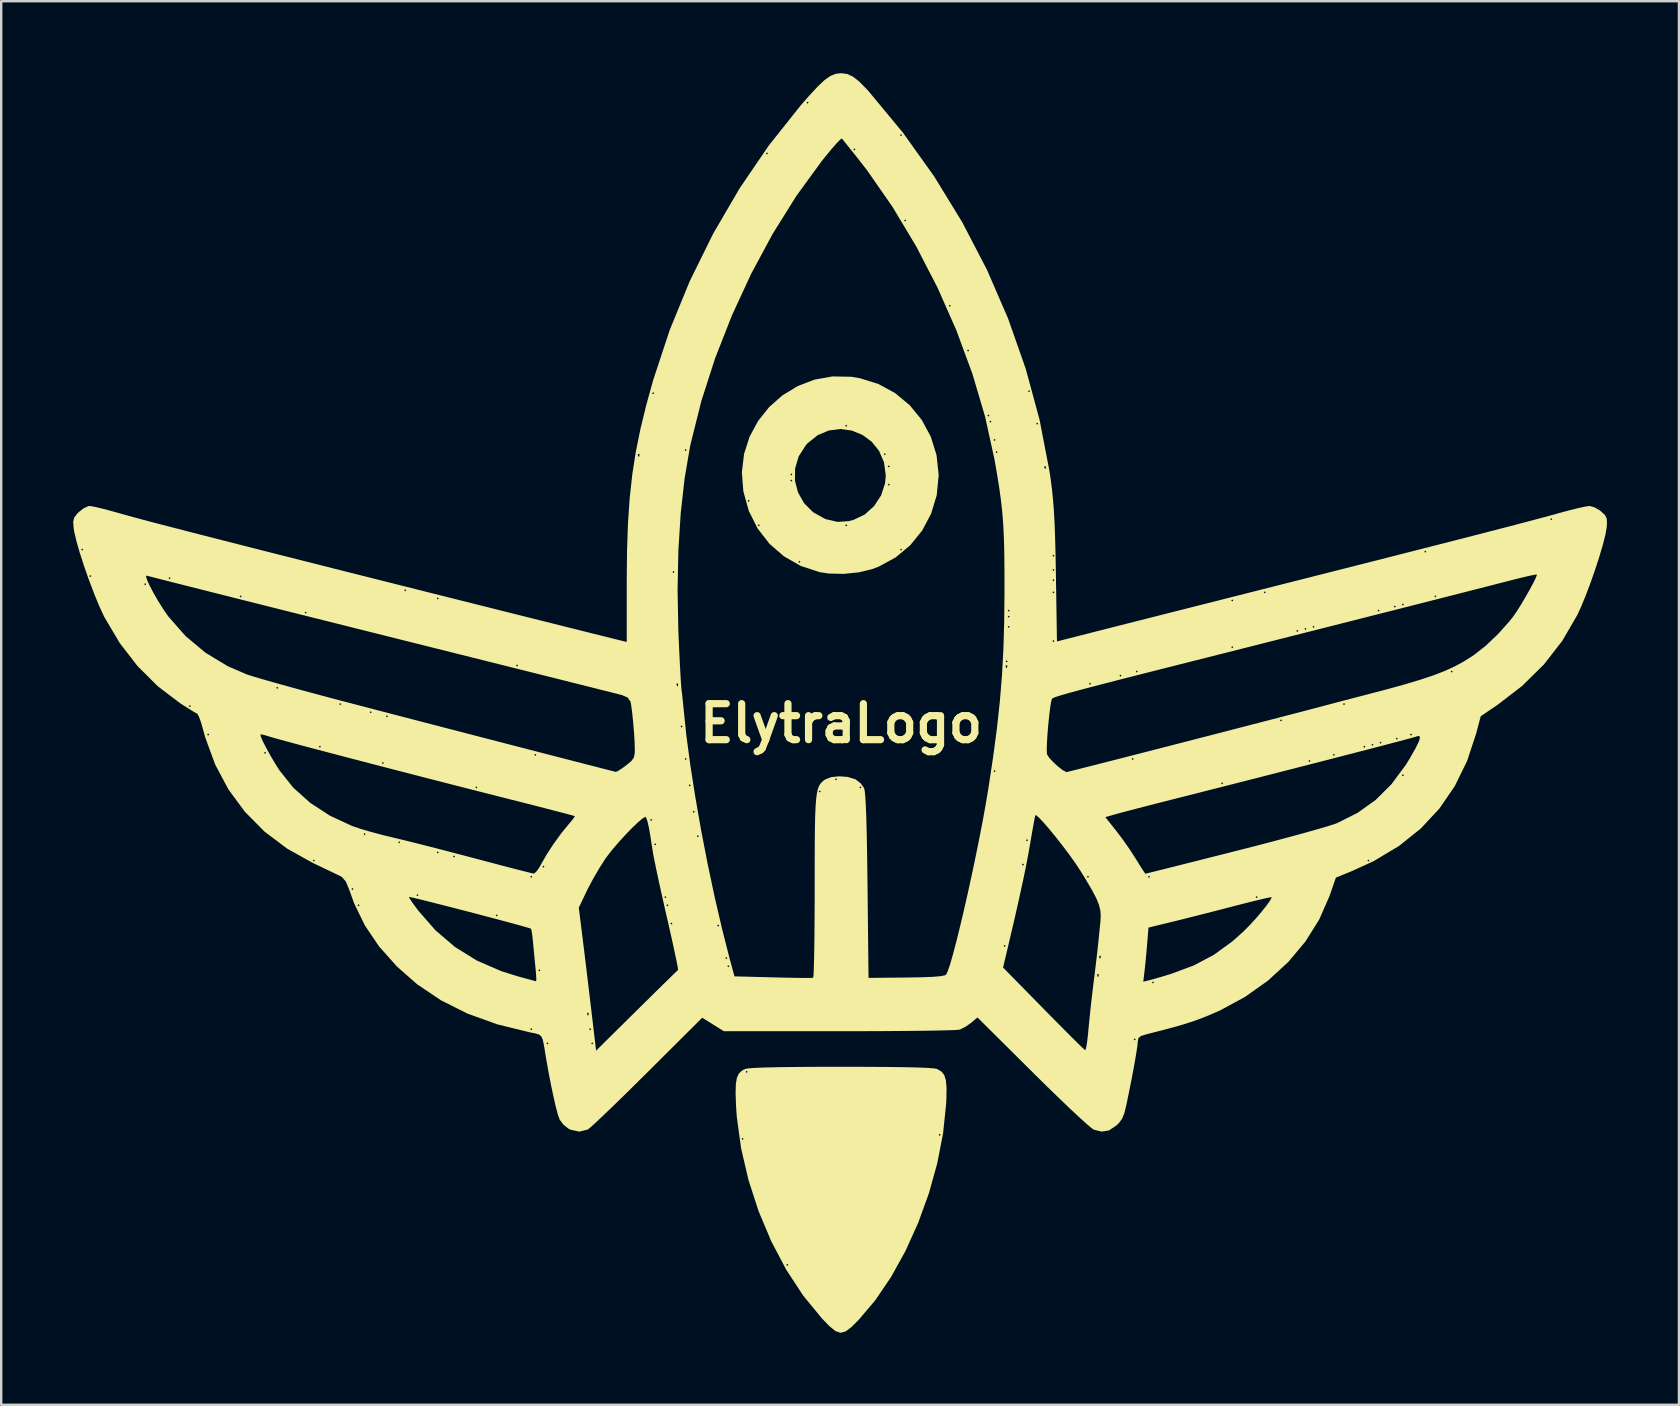
<source format=kicad_pcb>
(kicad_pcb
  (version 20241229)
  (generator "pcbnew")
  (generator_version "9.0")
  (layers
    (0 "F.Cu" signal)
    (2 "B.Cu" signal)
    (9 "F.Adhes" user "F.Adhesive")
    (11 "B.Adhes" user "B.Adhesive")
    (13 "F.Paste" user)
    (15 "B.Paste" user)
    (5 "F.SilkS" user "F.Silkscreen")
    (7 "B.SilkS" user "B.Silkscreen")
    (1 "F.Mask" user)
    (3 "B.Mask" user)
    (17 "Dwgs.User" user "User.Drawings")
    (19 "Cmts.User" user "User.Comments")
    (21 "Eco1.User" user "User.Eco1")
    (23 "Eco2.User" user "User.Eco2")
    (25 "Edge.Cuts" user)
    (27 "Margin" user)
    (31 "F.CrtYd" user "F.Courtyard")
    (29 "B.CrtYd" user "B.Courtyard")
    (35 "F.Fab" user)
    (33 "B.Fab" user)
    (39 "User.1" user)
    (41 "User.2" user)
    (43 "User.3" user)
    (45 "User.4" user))
  (footprint "ElytraLogo"
    (layer "F.Cu")
    (at 31.997 27.092)
    (property "Reference" "ElytraLogo" (at 0 0 0) (layer "F.SilkS") (effects (font (size 1.5 1.5) (thickness 0.3))))
    (attr board_only exclude_from_pos_files exclude_from_bom)
    (fp_poly (pts (xy 1.048 14.311) (xy 1.931 14.316) (xy 2.653 14.326) (xy 3.218 14.339) (xy 3.631 14.357) (xy 3.894 14.379) (xy 4.008 14.403) (xy 4.182 14.508) (xy 4.299 14.655) (xy 4.367 14.875) (xy 4.394 15.194) (xy 4.387 15.642) (xy 4.377 15.852) (xy 4.25 17.078) (xy 4.006 18.331) (xy 3.657 19.584) (xy 3.213 20.808) (xy 2.686 21.976) (xy 2.086 23.061) (xy 1.426 24.035) (xy 0.742 24.842) (xy 0.432 25.152) (xy 0.189 25.336) (xy -0.021 25.393) (xy -0.233 25.322) (xy -0.482 25.122) (xy -0.802 24.791) (xy -0.806 24.786) (xy -1.583 23.839) (xy -2.288 22.761) (xy -2.391 22.564) (xy -2.286 22.564) (xy -2.244 22.606) (xy -2.201 22.564) (xy -2.244 22.521) (xy -2.286 22.564) (xy -2.391 22.564) (xy -2.91 21.58) (xy -3.438 20.324) (xy -3.861 19.021) (xy -4.168 17.699) (xy -4.22 17.314) (xy -4.149 17.314) (xy -4.106 17.357) (xy -4.064 17.314) (xy -4.106 17.272) (xy -4.149 17.314) (xy -4.22 17.314) (xy -4.244 17.145) (xy 4.064 17.145) (xy 4.106 17.187) (xy 4.149 17.145) (xy 4.106 17.103) (xy 4.064 17.145) (xy -4.244 17.145) (xy -4.347 16.385) (xy -4.378 15.936) (xy -4.396 15.416) (xy -4.386 15.037) (xy -4.343 14.771) (xy -4.259 14.59) (xy -4.185 14.52) (xy -3.979 14.52) (xy -3.937 14.563) (xy -3.895 14.52) (xy -3.937 14.478) (xy -3.979 14.52) (xy -4.185 14.52) (xy -4.128 14.467) (xy -4.008 14.403) (xy -3.876 14.377) (xy -3.599 14.355) (xy -3.172 14.338) (xy -2.593 14.325) (xy -1.856 14.316) (xy -0.958 14.31) (xy 0 14.309)) (stroke (width 0) (type solid)) (fill yes) (layer "F.SilkS"))
    (fp_poly (pts (xy 0.42 -14.443) (xy 0.779 -14.384) (xy 1.56 -14.139) (xy 2.26 -13.756) (xy 2.865 -13.251) (xy 3.363 -12.642) (xy 3.737 -11.947) (xy 3.976 -11.182) (xy 4.064 -10.365) (xy 4.064 -10.323) (xy 3.984 -9.506) (xy 3.751 -8.738) (xy 3.38 -8.039) (xy 2.883 -7.425) (xy 2.274 -6.916) (xy 1.566 -6.531) (xy 1.311 -6.434) (xy 0.742 -6.294) (xy 0.107 -6.229) (xy -0.516 -6.244) (xy -0.897 -6.302) (xy -1.683 -6.562) (xy -1.979 -6.731) (xy -1.778 -6.731) (xy -1.736 -6.689) (xy -1.693 -6.731) (xy -1.736 -6.773) (xy -1.778 -6.731) (xy -1.979 -6.731) (xy -2.384 -6.962) (xy -2.703 -7.239) (xy 2.455 -7.239) (xy 2.498 -7.197) (xy 2.54 -7.239) (xy 2.498 -7.281) (xy 2.455 -7.239) (xy -2.703 -7.239) (xy -2.988 -7.486) (xy -3.479 -8.121) (xy -3.546 -8.255) (xy -3.471 -8.255) (xy -3.429 -8.213) (xy -3.387 -8.255) (xy 0.169 -8.255) (xy 0.212 -8.213) (xy 0.254 -8.255) (xy 0.212 -8.297) (xy 0.169 -8.255) (xy -3.387 -8.255) (xy -3.429 -8.297) (xy -3.471 -8.255) (xy -3.546 -8.255) (xy -3.845 -8.851) (xy -3.962 -9.271) (xy -3.895 -9.271) (xy -3.852 -9.229) (xy -3.81 -9.271) (xy -3.852 -9.313) (xy -3.895 -9.271) (xy -3.962 -9.271) (xy -4.072 -9.662) (xy -4.073 -9.668) (xy -4.108 -10.118) (xy -2.117 -10.118) (xy -2.074 -10.075) (xy -2.037 -10.112) (xy -1.923 -10.112) (xy -1.795 -9.621) (xy -1.541 -9.174) (xy -1.168 -8.801) (xy -0.683 -8.529) (xy -0.614 -8.503) (xy -0.152 -8.396) (xy 0.304 -8.425) (xy 0.52 -8.48) (xy 0.986 -8.704) (xy 1.377 -9.055) (xy 1.667 -9.501) (xy 1.813 -9.948) (xy 1.947 -9.948) (xy 1.99 -9.906) (xy 2.032 -9.948) (xy 1.99 -9.991) (xy 1.947 -9.948) (xy 1.813 -9.948) (xy 1.832 -10.006) (xy 1.861 -10.335) (xy 1.81 -10.71) (xy 1.947 -10.71) (xy 1.99 -10.668) (xy 2.032 -10.71) (xy 1.99 -10.753) (xy 1.947 -10.71) (xy 1.81 -10.71) (xy 1.786 -10.883) (xy 1.641 -11.218) (xy 1.778 -11.218) (xy 1.82 -11.176) (xy 1.863 -11.218) (xy 1.82 -11.261) (xy 1.778 -11.218) (xy 1.641 -11.218) (xy 1.583 -11.353) (xy 1.276 -11.736) (xy 0.889 -12.021) (xy 0.446 -12.201) (xy -0.027 -12.266) (xy -0.508 -12.206) (xy -0.971 -12.013) (xy -1.392 -11.677) (xy -1.47 -11.59) (xy -1.768 -11.124) (xy -1.916 -10.623) (xy -1.923 -10.112) (xy -2.037 -10.112) (xy -2.032 -10.118) (xy -2.074 -10.16) (xy -2.117 -10.118) (xy -4.108 -10.118) (xy -4.128 -10.372) (xy -2.117 -10.372) (xy -2.074 -10.329) (xy -2.032 -10.372) (xy -2.074 -10.414) (xy -2.117 -10.372) (xy -4.128 -10.372) (xy -4.135 -10.463) (xy -4.044 -11.226) (xy -3.814 -11.943) (xy -3.566 -12.404) (xy 0.169 -12.404) (xy 0.212 -12.361) (xy 0.254 -12.404) (xy 0.212 -12.446) (xy 0.169 -12.404) (xy -3.566 -12.404) (xy -3.461 -12.598) (xy -2.999 -13.179) (xy -2.443 -13.669) (xy -1.808 -14.055) (xy -1.11 -14.323) (xy -0.362 -14.457)) (stroke (width 0) (type solid)) (fill yes) (layer "F.SilkS"))
    (fp_poly (pts (xy 0.249 -27.06) (xy 0.49 -26.951) (xy 0.755 -26.745) (xy 1.073 -26.421) (xy 1.154 -26.331) (xy 2.581 -24.608) (xy 3.881 -22.787) (xy 5.048 -20.881) (xy 6.077 -18.903) (xy 6.96 -16.864) (xy 7.692 -14.778) (xy 8.269 -12.656) (xy 8.682 -10.512) (xy 8.73 -10.191) (xy 8.786 -9.76) (xy 8.831 -9.32) (xy 8.868 -8.843) (xy 8.897 -8.301) (xy 8.919 -7.668) (xy 8.938 -6.916) (xy 8.951 -6.173) (xy 8.994 -3.414) (xy 10.445 -3.784) (xy 10.714 -3.852) (xy 18.965 -3.852) (xy 19.008 -3.81) (xy 19.05 -3.852) (xy 19.008 -3.895) (xy 18.965 -3.852) (xy 10.714 -3.852) (xy 10.817 -3.878) (xy 11.047 -3.937) (xy 19.304 -3.937) (xy 19.346 -3.895) (xy 19.389 -3.937) (xy 19.346 -3.979) (xy 19.304 -3.937) (xy 11.047 -3.937) (xy 11.331 -4.009) (xy 11.381 -4.022) (xy 19.643 -4.022) (xy 19.685 -3.979) (xy 19.727 -4.022) (xy 19.685 -4.064) (xy 19.643 -4.022) (xy 11.381 -4.022) (xy 11.963 -4.17) (xy 12.693 -4.355) (xy 13.496 -4.558) (xy 14.052 -4.699) (xy 22.352 -4.699) (xy 22.394 -4.657) (xy 22.437 -4.699) (xy 22.394 -4.741) (xy 22.352 -4.699) (xy 14.052 -4.699) (xy 14.351 -4.775) (xy 14.72 -4.868) (xy 23.029 -4.868) (xy 23.072 -4.826) (xy 23.114 -4.868) (xy 23.072 -4.911) (xy 23.029 -4.868) (xy 14.72 -4.868) (xy 15.054 -4.953) (xy 23.368 -4.953) (xy 23.41 -4.911) (xy 23.453 -4.953) (xy 23.41 -4.995) (xy 23.368 -4.953) (xy 15.054 -4.953) (xy 15.234 -4.998) (xy 15.723 -5.122) (xy 16.256 -5.122) (xy 16.298 -5.08) (xy 16.341 -5.122) (xy 16.298 -5.165) (xy 16.256 -5.122) (xy 15.723 -5.122) (xy 16.124 -5.224) (xy 16.256 -5.257) (xy 16.392 -5.292) (xy 24.723 -5.292) (xy 24.765 -5.249) (xy 24.807 -5.292) (xy 24.765 -5.334) (xy 24.723 -5.292) (xy 16.392 -5.292) (xy 17.061 -5.461) (xy 17.611 -5.461) (xy 17.653 -5.419) (xy 17.695 -5.461) (xy 17.653 -5.503) (xy 17.611 -5.461) (xy 17.061 -5.461) (xy 18 -5.699) (xy 19.589 -6.101) (xy 21.03 -6.467) (xy 22.331 -6.797) (xy 23.501 -7.095) (xy 23.735 -7.154) (xy 24.299 -7.154) (xy 24.342 -7.112) (xy 24.384 -7.154) (xy 24.342 -7.197) (xy 24.299 -7.154) (xy 23.735 -7.154) (xy 24.549 -7.362) (xy 25.482 -7.6) (xy 26.308 -7.812) (xy 27.037 -8) (xy 27.676 -8.165) (xy 28.234 -8.311) (xy 28.718 -8.438) (xy 28.984 -8.509) (xy 29.549 -8.509) (xy 29.591 -8.467) (xy 29.633 -8.509) (xy 29.591 -8.551) (xy 29.549 -8.509) (xy 28.984 -8.509) (xy 29.138 -8.55) (xy 29.501 -8.648) (xy 29.816 -8.735) (xy 29.945 -8.771) (xy 30.357 -8.882) (xy 30.727 -8.973) (xy 31.016 -9.035) (xy 31.183 -9.059) (xy 31.187 -9.059) (xy 31.386 -9.006) (xy 31.616 -8.873) (xy 31.668 -8.832) (xy 31.828 -8.682) (xy 31.901 -8.54) (xy 31.912 -8.339) (xy 31.901 -8.176) (xy 31.849 -7.873) (xy 31.743 -7.45) (xy 31.593 -6.943) (xy 31.413 -6.389) (xy 31.215 -5.824) (xy 31.009 -5.283) (xy 30.809 -4.803) (xy 30.679 -4.522) (xy 30.053 -3.444) (xy 29.285 -2.455) (xy 28.375 -1.558) (xy 27.353 -0.773) (xy 26.651 -0.296) (xy 26.462 0.423) (xy 26.082 1.572) (xy 25.571 2.614) (xy 24.929 3.55) (xy 24.154 4.381) (xy 23.246 5.108) (xy 22.204 5.733) (xy 21.316 6.141) (xy 20.616 6.428) (xy 20.352 7.19) (xy 19.924 8.169) (xy 19.346 9.092) (xy 18.63 9.945) (xy 17.789 10.717) (xy 16.835 11.394) (xy 15.783 11.965) (xy 15.198 12.216) (xy 14.877 12.339) (xy 14.567 12.447) (xy 14.233 12.552) (xy 13.838 12.665) (xy 13.349 12.795) (xy 12.73 12.952) (xy 12.721 12.955) (xy 12.492 13.027) (xy 12.387 13.117) (xy 12.361 13.262) (xy 12.361 13.262) (xy 12.344 13.447) (xy 12.295 13.771) (xy 12.22 14.206) (xy 12.123 14.727) (xy 12.009 15.306) (xy 11.888 15.892) (xy 11.803 16.24) (xy 11.707 16.475) (xy 11.575 16.655) (xy 11.465 16.759) (xy 11.161 16.961) (xy 10.856 17.01) (xy 10.531 16.929) (xy 10.42 16.851) (xy 10.204 16.666) (xy 9.898 16.389) (xy 9.517 16.032) (xy 9.075 15.61) (xy 8.587 15.136) (xy 8.068 14.624) (xy 7.99 14.547) (xy 5.682 12.253) (xy 5.417 12.477) (xy 5.186 12.64) (xy 4.959 12.753) (xy 4.925 12.764) (xy 4.8 12.775) (xy 4.522 12.786) (xy 4.107 12.796) (xy 3.57 12.806) (xy 2.928 12.813) (xy 2.197 12.819) (xy 1.393 12.824) (xy 0.531 12.826) (xy -0.092 12.827) (xy -4.883 12.827) (xy -5.335 12.546) (xy -5.787 12.265) (xy -8.079 14.548) (xy -8.599 15.063) (xy -9.086 15.542) (xy -9.528 15.971) (xy -9.91 16.338) (xy -10.217 16.627) (xy -10.435 16.826) (xy -10.55 16.92) (xy -10.557 16.924) (xy -10.904 17.01) (xy -11.272 16.931) (xy -11.365 16.885) (xy -11.572 16.718) (xy -11.73 16.504) (xy -11.795 16.323) (xy -11.88 16.007) (xy -11.978 15.584) (xy -12.083 15.087) (xy -12.189 14.545) (xy -12.287 13.989) (xy -12.318 13.801) (xy -12.379 13.425) (xy -12.398 13.335) (xy -12.277 13.335) (xy -12.234 13.377) (xy -12.192 13.335) (xy -10.414 13.335) (xy -10.372 13.377) (xy -10.329 13.335) (xy -10.372 13.293) (xy -10.414 13.335) (xy -12.192 13.335) (xy -12.234 13.293) (xy -12.277 13.335) (xy -12.398 13.335) (xy -12.43 13.182) (xy -12.494 13.039) (xy -12.596 12.96) (xy -12.76 12.914) (xy -12.974 12.872) (xy -13.502 12.742) (xy -12.954 12.742) (xy -12.912 12.785) (xy -12.869 12.742) (xy -10.499 12.742) (xy -10.456 12.785) (xy -10.414 12.742) (xy -10.456 12.7) (xy -10.499 12.742) (xy -12.869 12.742) (xy -12.912 12.7) (xy -12.954 12.742) (xy -13.502 12.742) (xy -14.33 12.539) (xy -15.528 12.107) (xy -10.583 12.107) (xy -10.552 12.177) (xy -10.527 12.164) (xy -10.517 12.063) (xy -10.527 12.051) (xy -10.577 12.063) (xy -10.583 12.107) (xy -15.528 12.107) (xy -15.56 12.096) (xy -16.671 11.54) (xy -17.668 10.869) (xy -18.51 10.128) (xy -19.252 9.294) (xy -19.841 8.424) (xy -20.252 7.578) (xy -20.151 7.578) (xy -20.108 7.62) (xy -20.066 7.578) (xy -20.108 7.535) (xy -20.151 7.578) (xy -20.252 7.578) (xy -20.293 7.492) (xy -20.387 7.23) (xy -18.011 7.23) (xy -17.975 7.304) (xy -17.858 7.477) (xy -17.682 7.718) (xy -17.623 7.797) (xy -16.898 8.627) (xy -16.085 9.32) (xy -15.173 9.885) (xy -14.149 10.328) (xy -13.476 10.539) (xy -13.148 10.629) (xy -12.888 10.699) (xy -12.734 10.74) (xy -12.709 10.746) (xy -12.7 10.673) (xy -12.709 10.475) (xy -12.725 10.287) (xy -12.615 10.287) (xy -12.573 10.329) (xy -12.531 10.287) (xy -12.573 10.245) (xy -12.615 10.287) (xy -12.725 10.287) (xy -12.732 10.213) (xy -12.772 9.808) (xy -12.814 9.363) (xy -12.835 9.135) (xy -12.865 8.85) (xy -12.897 8.64) (xy -12.921 8.556) (xy -13.01 8.525) (xy -13.238 8.459) (xy -13.58 8.364) (xy -14.013 8.247) (xy -14.512 8.114) (xy -14.942 8.001) (xy -14.393 8.001) (xy -14.351 8.043) (xy -14.309 8.001) (xy -14.351 7.959) (xy -14.393 8.001) (xy -14.942 8.001) (xy -15.052 7.972) (xy -15.611 7.826) (xy -16.164 7.683) (xy -16.187 7.677) (xy -10.93 7.677) (xy -10.762 9.024) (xy -10.694 9.578) (xy -10.614 10.238) (xy -10.529 10.938) (xy -10.448 11.618) (xy -10.402 12.004) (xy -10.209 13.637) (xy -8.516 11.962) (xy -8.076 11.528) (xy -7.677 11.135) (xy -7.334 10.798) (xy -7.062 10.533) (xy -6.877 10.353) (xy -6.794 10.276) (xy -6.792 10.274) (xy -6.801 10.191) (xy -6.815 10.118) (xy -4.741 10.118) (xy -4.699 10.16) (xy -4.657 10.118) (xy -4.699 10.075) (xy -4.741 10.118) (xy -6.815 10.118) (xy -6.844 9.968) (xy -6.883 9.779) (xy -4.826 9.779) (xy -4.784 9.821) (xy -4.741 9.779) (xy -4.784 9.737) (xy -4.826 9.779) (xy -6.883 9.779) (xy -6.915 9.626) (xy -7.009 9.19) (xy -7.122 8.683) (xy -7.181 8.424) (xy -5.165 8.424) (xy -5.122 8.467) (xy -5.08 8.424) (xy -5.122 8.382) (xy -5.165 8.424) (xy -7.181 8.424) (xy -7.184 8.411) (xy -7.2 8.34) (xy -7.112 8.34) (xy -7.07 8.382) (xy -7.027 8.34) (xy -7.07 8.297) (xy -7.112 8.34) (xy -7.2 8.34) (xy -7.365 7.617) (xy -7.374 7.578) (xy -7.281 7.578) (xy -7.239 7.62) (xy -7.197 7.578) (xy -7.239 7.535) (xy -7.281 7.578) (xy -7.374 7.578) (xy -7.449 7.239) (xy -7.366 7.239) (xy -7.324 7.281) (xy -7.281 7.239) (xy -7.324 7.197) (xy -7.366 7.239) (xy -7.449 7.239) (xy -7.512 6.962) (xy -7.63 6.419) (xy -7.726 5.965) (xy -7.805 5.572) (xy -7.827 5.461) (xy -7.846 5.344) (xy -7.884 5.103) (xy -7.894 5.038) (xy -7.789 5.038) (xy -7.747 5.08) (xy -7.705 5.038) (xy -7.747 4.995) (xy -7.789 5.038) (xy -7.894 5.038) (xy -7.934 4.781) (xy -7.947 4.699) (xy -6.011 4.699) (xy -5.969 4.741) (xy -5.927 4.699) (xy -5.969 4.657) (xy -6.011 4.699) (xy -7.947 4.699) (xy -7.957 4.636) (xy -8.016 4.306) (xy -8.077 4.052) (xy -8.089 4.022) (xy -7.959 4.022) (xy -7.916 4.064) (xy -7.874 4.022) (xy -7.916 3.979) (xy -7.959 4.022) (xy -8.089 4.022) (xy -8.131 3.911) (xy -8.15 3.895) (xy -8.266 3.956) (xy -8.463 4.121) (xy -8.717 4.364) (xy -9.001 4.658) (xy -9.289 4.976) (xy -9.557 5.291) (xy -9.778 5.577) (xy -9.82 5.636) (xy -10.068 6.022) (xy -10.332 6.475) (xy -10.56 6.906) (xy -10.589 6.966) (xy -10.93 7.677) (xy -16.187 7.677) (xy -16.686 7.549) (xy -17.153 7.431) (xy -17.542 7.334) (xy -17.828 7.266) (xy -17.987 7.232) (xy -18.011 7.23) (xy -20.387 7.23) (xy -20.414 7.154) (xy -17.695 7.154) (xy -17.653 7.197) (xy -17.611 7.154) (xy -17.653 7.112) (xy -17.695 7.154) (xy -20.414 7.154) (xy -20.49 6.943) (xy -20.507 6.9) (xy -20.405 6.9) (xy -20.362 6.943) (xy -20.32 6.9) (xy -20.362 6.858) (xy -20.405 6.9) (xy -20.507 6.9) (xy -20.635 6.592) (xy -20.803 6.398) (xy -20.812 6.392) (xy -12.954 6.392) (xy -12.912 6.435) (xy -12.869 6.392) (xy -12.912 6.35) (xy -12.954 6.392) (xy -20.812 6.392) (xy -20.838 6.377) (xy -20.99 6.303) (xy -21.258 6.175) (xy -21.606 6.009) (xy -21.995 5.823) (xy -22.024 5.809) (xy -22.193 5.715) (xy -22.013 5.715) (xy -21.971 5.757) (xy -21.929 5.715) (xy -21.971 5.673) (xy -22.013 5.715) (xy -22.193 5.715) (xy -22.497 5.546) (xy -16.171 5.546) (xy -16.129 5.588) (xy -16.087 5.546) (xy -16.129 5.503) (xy -16.171 5.546) (xy -22.497 5.546) (xy -22.8 5.376) (xy -16.849 5.376) (xy -16.806 5.419) (xy -16.764 5.376) (xy -16.806 5.334) (xy -16.849 5.376) (xy -22.8 5.376) (xy -23.086 5.217) (xy -23.436 4.953) (xy -18.457 4.953) (xy -18.415 4.995) (xy -18.373 4.953) (xy -18.415 4.911) (xy -18.457 4.953) (xy -23.436 4.953) (xy -23.885 4.614) (xy -19.897 4.614) (xy -19.854 4.657) (xy -19.812 4.614) (xy -19.854 4.572) (xy -19.897 4.614) (xy -23.885 4.614) (xy -24.026 4.508) (xy -24.84 3.686) (xy -25.525 2.757) (xy -26.077 1.724) (xy -26.26 1.228) (xy -24.045 1.228) (xy -24.003 1.27) (xy -23.961 1.228) (xy -24.003 1.185) (xy -24.045 1.228) (xy -26.26 1.228) (xy -26.493 0.591) (xy -26.528 0.466) (xy -26.416 0.466) (xy -26.374 0.508) (xy -26.331 0.466) (xy -26.336 0.461) (xy -24.196 0.461) (xy -24.18 0.553) (xy -24.091 0.757) (xy -23.947 1.038) (xy -23.765 1.365) (xy -23.562 1.706) (xy -23.398 1.962) (xy -22.829 2.676) (xy -22.123 3.309) (xy -21.301 3.846) (xy -20.383 4.272) (xy -20.362 4.28) (xy -20.038 4.39) (xy -19.606 4.517) (xy -19.127 4.645) (xy -18.711 4.747) (xy -18.341 4.835) (xy -17.842 4.958) (xy -17.248 5.108) (xy -16.594 5.276) (xy -15.914 5.454) (xy -15.282 5.62) (xy -14.672 5.782) (xy -14.113 5.929) (xy -13.627 6.055) (xy -13.234 6.156) (xy -12.958 6.225) (xy -12.818 6.257) (xy -12.808 6.258) (xy -12.711 6.193) (xy -12.585 6.02) (xy -12.556 5.969) (xy -12.446 5.969) (xy -12.404 6.011) (xy -12.361 5.969) (xy -12.404 5.927) (xy -12.446 5.969) (xy -12.556 5.969) (xy -12.52 5.905) (xy -12.283 5.488) (xy -11.979 5.02) (xy -11.654 4.572) (xy -11.364 4.218) (xy -11.204 4.03) (xy -11.111 3.899) (xy -11.101 3.863) (xy -11.187 3.837) (xy -11.42 3.774) (xy -11.768 3.683) (xy -6.181 3.683) (xy -6.138 3.725) (xy -6.096 3.683) (xy -6.138 3.641) (xy -6.181 3.683) (xy -11.768 3.683) (xy -11.779 3.68) (xy -12.246 3.559) (xy -12.803 3.416) (xy -13.43 3.256) (xy -14.055 3.098) (xy -14.962 2.868) (xy -15.751 2.667) (xy -15.24 2.667) (xy -15.198 2.709) (xy -15.155 2.667) (xy -15.198 2.625) (xy -15.24 2.667) (xy -15.751 2.667) (xy -15.899 2.629) (xy -16.082 2.582) (xy -6.35 2.582) (xy -6.308 2.625) (xy -6.265 2.582) (xy -6.308 2.54) (xy -6.35 2.582) (xy -16.082 2.582) (xy -16.852 2.385) (xy -17.804 2.14) (xy -18.739 1.898) (xy -19.643 1.664) (xy -19.691 1.651) (xy -19.135 1.651) (xy -19.092 1.693) (xy -19.05 1.651) (xy -19.092 1.609) (xy -19.135 1.651) (xy -19.691 1.651) (xy -20.499 1.44) (xy -20.987 1.312) (xy -12.785 1.312) (xy -12.742 1.355) (xy -12.7 1.312) (xy -12.742 1.27) (xy -12.785 1.312) (xy -20.987 1.312) (xy -21.292 1.232) (xy -22.007 1.044) (xy -22.271 0.974) (xy -21.759 0.974) (xy -21.717 1.016) (xy -21.675 0.974) (xy -21.717 0.931) (xy -21.759 0.974) (xy -22.271 0.974) (xy -22.627 0.879) (xy -23.138 0.741) (xy -23.523 0.636) (xy -23.767 0.566) (xy -23.83 0.546) (xy -24.044 0.481) (xy -24.178 0.457) (xy -24.196 0.461) (xy -26.336 0.461) (xy -26.374 0.423) (xy -26.416 0.466) (xy -26.528 0.466) (xy -26.581 0.271) (xy -26.67 -0.038) (xy -26.756 -0.275) (xy -26.767 -0.296) (xy -18.965 -0.296) (xy -18.923 -0.254) (xy -18.881 -0.296) (xy -18.923 -0.339) (xy -18.965 -0.296) (xy -26.767 -0.296) (xy -26.824 -0.4) (xy -26.836 -0.408) (xy -26.943 -0.465) (xy -26.944 -0.466) (xy -19.643 -0.466) (xy -19.6 -0.423) (xy -19.558 -0.466) (xy -19.6 -0.508) (xy -19.643 -0.466) (xy -26.944 -0.466) (xy -27.153 -0.593) (xy -27.353 -0.72) (xy -27.178 -0.72) (xy -27.136 -0.677) (xy -27.093 -0.72) (xy -27.136 -0.762) (xy -27.178 -0.72) (xy -27.353 -0.72) (xy -27.427 -0.767) (xy -27.486 -0.804) (xy -20.913 -0.804) (xy -20.87 -0.762) (xy -20.828 -0.804) (xy -20.87 -0.847) (xy -20.913 -0.804) (xy -27.486 -0.804) (xy -27.543 -0.841) (xy -28.386 -1.482) (xy -23.537 -1.482) (xy -23.495 -1.439) (xy -23.453 -1.482) (xy -23.495 -1.524) (xy -23.537 -1.482) (xy -28.386 -1.482) (xy -28.47 -1.545) (xy -29.314 -2.386) (xy -30.057 -3.346) (xy -30.685 -4.407) (xy -30.723 -4.481) (xy -30.92 -4.908) (xy -31.132 -5.423) (xy -31.274 -5.8) (xy -29.041 -5.8) (xy -28.998 -5.757) (xy -28.956 -5.8) (xy -28.998 -5.842) (xy -29.041 -5.8) (xy -31.274 -5.8) (xy -31.345 -5.987) (xy -31.398 -6.138) (xy -31.327 -6.138) (xy -31.284 -6.096) (xy -31.261 -6.119) (xy -28.963 -6.119) (xy -28.915 -5.966) (xy -28.805 -5.728) (xy -28.65 -5.433) (xy -28.464 -5.11) (xy -28.263 -4.788) (xy -28.062 -4.495) (xy -28.025 -4.445) (xy -27.312 -3.635) (xy -26.484 -2.944) (xy -25.56 -2.384) (xy -24.775 -2.045) (xy -24.542 -1.969) (xy -24.167 -1.857) (xy -23.672 -1.715) (xy -23.078 -1.549) (xy -22.408 -1.365) (xy -21.682 -1.17) (xy -20.924 -0.968) (xy -20.659 -0.899) (xy -20.063 -0.743) (xy -19.38 -0.565) (xy -18.627 -0.368) (xy -17.818 -0.158) (xy -16.969 0.063) (xy -16.096 0.289) (xy -15.215 0.518) (xy -14.341 0.744) (xy -13.49 0.965) (xy -12.677 1.175) (xy -11.918 1.371) (xy -11.23 1.549) (xy -10.627 1.704) (xy -10.125 1.833) (xy -9.74 1.932) (xy -9.488 1.996) (xy -9.383 2.021) (xy -9.383 2.021) (xy -9.29 1.98) (xy -9.11 1.862) (xy -8.96 1.752) (xy -8.747 1.577) (xy -8.675 1.482) (xy -6.519 1.482) (xy -6.477 1.524) (xy -6.435 1.482) (xy -6.477 1.439) (xy -6.519 1.482) (xy -8.675 1.482) (xy -8.638 1.432) (xy -8.6 1.251) (xy -8.596 1.053) (xy -8.606 0.738) (xy -8.631 0.347) (xy -8.65 0.127) (xy -6.689 0.127) (xy -6.646 0.169) (xy -6.604 0.127) (xy -6.646 0.085) (xy -6.689 0.127) (xy -8.65 0.127) (xy -8.666 -0.069) (xy -8.707 -0.456) (xy -8.748 -0.764) (xy -8.775 -0.908) (xy -8.893 -1.077) (xy -9.132 -1.18) (xy -9.253 -1.211) (xy -9.527 -1.28) (xy -9.945 -1.385) (xy -10.495 -1.524) (xy -10.834 -1.609) (xy -6.858 -1.609) (xy -6.827 -1.539) (xy -6.802 -1.552) (xy -6.791 -1.653) (xy -6.802 -1.665) (xy -6.852 -1.653) (xy -6.858 -1.609) (xy -10.834 -1.609) (xy -11.168 -1.692) (xy -11.951 -1.889) (xy -12.836 -2.111) (xy -13.811 -2.355) (xy -14.043 -2.413) (xy -13.547 -2.413) (xy -13.504 -2.371) (xy -13.462 -2.413) (xy -13.504 -2.455) (xy -13.547 -2.413) (xy -14.043 -2.413) (xy -14.866 -2.619) (xy -15.99 -2.9) (xy -17.172 -3.196) (xy -18.403 -3.504) (xy -19.12 -3.684) (xy -20.369 -3.997) (xy -21.574 -4.299) (xy -22.724 -4.587) (xy -22.832 -4.614) (xy -22.352 -4.614) (xy -22.31 -4.572) (xy -22.267 -4.614) (xy -22.31 -4.657) (xy -22.352 -4.614) (xy -22.832 -4.614) (xy -23.808 -4.859) (xy -24.817 -5.113) (xy -25.19 -5.207) (xy -16.849 -5.207) (xy -16.806 -5.165) (xy -16.764 -5.207) (xy -16.806 -5.249) (xy -16.849 -5.207) (xy -25.19 -5.207) (xy -25.526 -5.292) (xy -25.061 -5.292) (xy -25.019 -5.249) (xy -24.977 -5.292) (xy -25.019 -5.334) (xy -25.061 -5.292) (xy -25.526 -5.292) (xy -25.74 -5.345) (xy -26.534 -5.546) (xy -18.203 -5.546) (xy -18.161 -5.503) (xy -18.119 -5.546) (xy -18.161 -5.588) (xy -18.203 -5.546) (xy -26.534 -5.546) (xy -26.567 -5.554) (xy -27.287 -5.736) (xy -27.891 -5.889) (xy -28.367 -6.01) (xy -28.536 -6.054) (xy -28.025 -6.054) (xy -27.982 -6.011) (xy -27.94 -6.054) (xy -27.982 -6.096) (xy -28.025 -6.054) (xy -28.536 -6.054) (xy -28.706 -6.097) (xy -28.897 -6.147) (xy -28.936 -6.158) (xy -28.963 -6.119) (xy -31.261 -6.119) (xy -31.242 -6.138) (xy -31.284 -6.181) (xy -31.327 -6.138) (xy -31.398 -6.138) (xy -31.547 -6.564) (xy -31.725 -7.116) (xy -31.76 -7.239) (xy -31.665 -7.239) (xy -31.623 -7.197) (xy -31.581 -7.239) (xy -31.623 -7.281) (xy -31.665 -7.239) (xy -31.76 -7.239) (xy -31.865 -7.605) (xy -31.956 -7.995) (xy -31.978 -8.134) (xy -31.997 -8.395) (xy -31.959 -8.567) (xy -31.838 -8.728) (xy -31.768 -8.801) (xy -31.561 -8.963) (xy -31.36 -9.053) (xy -31.311 -9.059) (xy -31.16 -9.036) (xy -30.882 -8.973) (xy -30.514 -8.879) (xy -30.093 -8.762) (xy -29.971 -8.727) (xy -29.661 -8.64) (xy -29.221 -8.521) (xy -28.648 -8.369) (xy -27.939 -8.185) (xy -27.092 -7.966) (xy -26.104 -7.713) (xy -24.971 -7.424) (xy -23.693 -7.099) (xy -22.264 -6.737) (xy -20.684 -6.338) (xy -18.948 -5.901) (xy -17.055 -5.425) (xy -15.002 -4.91) (xy -14.055 -4.672) (xy -13.185 -4.454) (xy -12.361 -4.248) (xy -11.597 -4.056) (xy -10.908 -3.884) (xy -10.31 -3.734) (xy -9.819 -3.612) (xy -9.45 -3.52) (xy -9.218 -3.462) (xy -9.144 -3.444) (xy -8.932 -3.394) (xy -8.932 -5.577) (xy -6.814 -5.577) (xy -6.782 -3.883) (xy -6.774 -3.683) (xy -6.748 -3.099) (xy -6.722 -2.559) (xy -6.697 -2.09) (xy -6.675 -1.719) (xy -6.657 -1.474) (xy -6.649 -1.397) (xy -6.621 -1.176) (xy -6.588 -0.863) (xy -6.562 -0.593) (xy -6.446 0.519) (xy -6.28 1.755) (xy -6.073 3.081) (xy -5.831 4.461) (xy -5.56 5.86) (xy -5.266 7.243) (xy -4.957 8.575) (xy -4.64 9.82) (xy -4.593 9.991) (xy -4.443 10.541) (xy -2.835 10.583) (xy -2.329 10.595) (xy -1.882 10.603) (xy -1.521 10.607) (xy -1.272 10.606) (xy -1.165 10.6) (xy -1.164 10.6) (xy -1.151 10.512) (xy -1.139 10.273) (xy -1.128 9.898) (xy -1.118 9.406) (xy -1.11 8.812) (xy -1.105 8.136) (xy -1.101 7.393) (xy -1.101 6.808) (xy -1.1 5.86) (xy -1.098 5.066) (xy -1.092 4.412) (xy -1.081 3.882) (xy -1.063 3.461) (xy -1.038 3.135) (xy -1.004 2.888) (xy -0.991 2.836) (xy -0.931 2.836) (xy -0.889 2.879) (xy -0.847 2.836) (xy -0.889 2.794) (xy -0.931 2.836) (xy -0.991 2.836) (xy -0.959 2.706) (xy -0.942 2.667) (xy 0.762 2.667) (xy 0.804 2.709) (xy 0.847 2.667) (xy 0.804 2.625) (xy 0.762 2.667) (xy -0.942 2.667) (xy -0.902 2.573) (xy -0.831 2.475) (xy -0.745 2.396) (xy -0.667 2.339) (xy -0.639 2.328) (xy -0.254 2.328) (xy -0.212 2.371) (xy -0.169 2.328) (xy -0.212 2.286) (xy -0.254 2.328) (xy -0.639 2.328) (xy -0.414 2.24) (xy -0.074 2.205) (xy 0.283 2.233) (xy 0.587 2.326) (xy 0.601 2.332) (xy 0.812 2.495) (xy 0.956 2.692) (xy 0.984 2.814) (xy 1.008 3.053) (xy 1.03 3.417) (xy 1.05 3.915) (xy 1.067 4.555) (xy 1.082 5.344) (xy 1.095 6.291) (xy 1.101 6.763) (xy 1.143 10.605) (xy 2.709 10.59) (xy 3.345 10.579) (xy 3.82 10.561) (xy 4.145 10.533) (xy 4.328 10.497) (xy 4.372 10.473) (xy 4.441 10.335) (xy 4.496 10.173) (xy 6.748 10.173) (xy 8.433 11.889) (xy 8.869 12.332) (xy 9.267 12.733) (xy 9.611 13.078) (xy 9.885 13.35) (xy 10.076 13.534) (xy 10.166 13.616) (xy 10.17 13.619) (xy 10.203 13.548) (xy 10.241 13.349) (xy 10.264 13.166) (xy 12.192 13.166) (xy 12.234 13.208) (xy 12.277 13.166) (xy 12.234 13.123) (xy 12.192 13.166) (xy 10.264 13.166) (xy 10.276 13.062) (xy 10.281 13.018) (xy 10.336 12.443) (xy 10.384 11.972) (xy 10.432 11.537) (xy 10.487 11.072) (xy 10.521 10.795) (xy 12.954 10.795) (xy 12.996 10.837) (xy 13.039 10.795) (xy 12.996 10.753) (xy 12.954 10.795) (xy 10.521 10.795) (xy 10.525 10.762) (xy 12.591 10.762) (xy 12.836 10.704) (xy 13.032 10.651) (xy 13.333 10.564) (xy 13.679 10.46) (xy 13.758 10.435) (xy 14.699 10.085) (xy 15.532 9.644) (xy 16.304 9.084) (xy 16.754 8.683) (xy 17.004 8.432) (xy 17.265 8.148) (xy 17.512 7.86) (xy 17.722 7.598) (xy 17.872 7.389) (xy 17.938 7.262) (xy 17.936 7.241) (xy 17.849 7.252) (xy 17.624 7.301) (xy 17.287 7.382) (xy 16.864 7.487) (xy 16.38 7.611) (xy 16.355 7.618) (xy 15.777 7.768) (xy 15.17 7.923) (xy 14.588 8.071) (xy 14.081 8.198) (xy 13.805 8.266) (xy 12.807 8.509) (xy 12.753 9.186) (xy 12.719 9.584) (xy 12.681 9.984) (xy 12.646 10.303) (xy 12.645 10.313) (xy 12.591 10.762) (xy 10.525 10.762) (xy 10.542 10.626) (xy 10.558 10.499) (xy 10.668 10.499) (xy 10.699 10.568) (xy 10.724 10.555) (xy 10.735 10.455) (xy 10.724 10.442) (xy 10.674 10.454) (xy 10.668 10.499) (xy 10.558 10.499) (xy 10.597 10.179) (xy 10.642 9.804) (xy 10.65 9.737) (xy 10.753 9.737) (xy 10.784 9.806) (xy 10.809 9.793) (xy 10.819 9.693) (xy 10.809 9.68) (xy 10.759 9.692) (xy 10.753 9.737) (xy 10.65 9.737) (xy 10.683 9.446) (xy 10.725 9.051) (xy 10.774 8.566) (xy 10.802 8.293) (xy 10.818 8.035) (xy 10.803 7.801) (xy 10.745 7.562) (xy 10.635 7.29) (xy 10.608 7.239) (xy 17.272 7.239) (xy 17.314 7.281) (xy 17.357 7.239) (xy 17.314 7.197) (xy 17.272 7.239) (xy 10.608 7.239) (xy 10.46 6.954) (xy 10.209 6.528) (xy 10.126 6.392) (xy 10.245 6.392) (xy 10.287 6.435) (xy 10.329 6.392) (xy 12.785 6.392) (xy 12.827 6.435) (xy 12.869 6.392) (xy 12.827 6.35) (xy 12.785 6.392) (xy 10.329 6.392) (xy 10.287 6.35) (xy 10.245 6.392) (xy 10.126 6.392) (xy 9.981 6.157) (xy 9.777 5.847) (xy 9.528 5.496) (xy 9.251 5.126) (xy 8.967 4.763) (xy 8.694 4.428) (xy 8.451 4.146) (xy 8.257 3.939) (xy 8.219 3.906) (xy 11.009 3.906) (xy 11.46 4.472) (xy 11.738 4.84) (xy 12.034 5.263) (xy 12.284 5.65) (xy 12.284 5.651) (xy 12.456 5.929) (xy 12.591 6.141) (xy 12.669 6.254) (xy 12.679 6.265) (xy 12.762 6.245) (xy 12.994 6.187) (xy 13.356 6.097) (xy 13.834 5.977) (xy 14.409 5.832) (xy 14.874 5.715) (xy 21.929 5.715) (xy 21.971 5.757) (xy 22.013 5.715) (xy 21.971 5.673) (xy 21.929 5.715) (xy 14.874 5.715) (xy 15.066 5.666) (xy 15.789 5.484) (xy 16.402 5.329) (xy 17.19 5.128) (xy 17.946 4.931) (xy 18.65 4.743) (xy 19.283 4.571) (xy 19.825 4.418) (xy 20.255 4.292) (xy 20.554 4.198) (xy 20.671 4.155) (xy 21.528 3.724) (xy 22.275 3.189) (xy 22.933 2.534) (xy 23.211 2.159) (xy 23.368 2.159) (xy 23.41 2.201) (xy 23.453 2.159) (xy 23.41 2.117) (xy 23.368 2.159) (xy 23.211 2.159) (xy 23.523 1.739) (xy 23.692 1.466) (xy 23.933 1.044) (xy 24.076 0.752) (xy 24.124 0.58) (xy 24.078 0.521) (xy 24.011 0.535) (xy 23.885 0.573) (xy 23.606 0.65) (xy 23.185 0.762) (xy 22.636 0.907) (xy 21.967 1.081) (xy 21.193 1.282) (xy 20.323 1.506) (xy 19.37 1.751) (xy 18.344 2.014) (xy 17.258 2.292) (xy 16.122 2.581) (xy 14.95 2.879) (xy 13.758 3.181) (xy 13.191 3.325) (xy 12.653 3.464) (xy 12.173 3.588) (xy 11.784 3.69) (xy 11.516 3.762) (xy 11.452 3.78) (xy 11.009 3.906) (xy 8.219 3.906) (xy 8.13 3.831) (xy 8.093 3.825) (xy 8.072 3.914) (xy 8.03 4.138) (xy 7.971 4.468) (xy 7.901 4.871) (xy 7.88 4.995) (xy 7.791 5.5) (xy 7.686 6.043) (xy 7.56 6.648) (xy 7.409 7.338) (xy 7.228 8.137) (xy 7.01 9.069) (xy 6.936 9.383) (xy 6.748 10.173) (xy 4.496 10.173) (xy 4.538 10.05) (xy 4.658 9.637) (xy 4.754 9.271) (xy 6.773 9.271) (xy 6.816 9.313) (xy 6.858 9.271) (xy 6.816 9.229) (xy 6.773 9.271) (xy 4.754 9.271) (xy 4.796 9.115) (xy 4.947 8.504) (xy 5.109 7.823) (xy 5.275 7.09) (xy 5.443 6.326) (xy 5.536 5.884) (xy 7.535 5.884) (xy 7.578 5.927) (xy 7.62 5.884) (xy 7.578 5.842) (xy 7.535 5.884) (xy 5.536 5.884) (xy 5.606 5.55) (xy 5.744 4.868) (xy 7.705 4.868) (xy 7.747 4.911) (xy 7.789 4.868) (xy 7.747 4.826) (xy 7.705 4.868) (xy 5.744 4.868) (xy 5.762 4.78) (xy 5.906 4.036) (xy 6.032 3.337) (xy 6.13 2.752) (xy 6.169 2.498) (xy 15.833 2.498) (xy 15.875 2.54) (xy 15.917 2.498) (xy 15.875 2.455) (xy 15.833 2.498) (xy 6.169 2.498) (xy 6.246 1.99) (xy 6.35 1.99) (xy 6.392 2.032) (xy 6.435 1.99) (xy 6.392 1.947) (xy 6.35 1.99) (xy 6.246 1.99) (xy 6.331 1.428) (xy 6.378 1.074) (xy 8.569 1.074) (xy 8.575 1.262) (xy 8.58 1.287) (xy 8.664 1.424) (xy 8.835 1.61) (xy 9.046 1.803) (xy 9.247 1.957) (xy 9.389 2.028) (xy 9.395 2.029) (xy 9.482 2.009) (xy 9.718 1.95) (xy 10.089 1.857) (xy 10.581 1.732) (xy 11.178 1.579) (xy 11.23 1.566) (xy 19.473 1.566) (xy 19.516 1.609) (xy 19.558 1.566) (xy 19.516 1.524) (xy 19.473 1.566) (xy 11.23 1.566) (xy 11.561 1.482) (xy 12.107 1.482) (xy 12.15 1.524) (xy 12.192 1.482) (xy 12.15 1.439) (xy 12.107 1.482) (xy 11.561 1.482) (xy 11.867 1.403) (xy 12.222 1.312) (xy 20.489 1.312) (xy 20.532 1.355) (xy 20.574 1.312) (xy 20.532 1.27) (xy 20.489 1.312) (xy 12.222 1.312) (xy 12.633 1.207) (xy 13.461 0.994) (xy 13.541 0.974) (xy 21.759 0.974) (xy 21.802 1.016) (xy 21.844 0.974) (xy 21.802 0.931) (xy 21.759 0.974) (xy 13.541 0.974) (xy 13.87 0.889) (xy 22.098 0.889) (xy 22.14 0.931) (xy 22.183 0.889) (xy 22.14 0.847) (xy 22.098 0.889) (xy 13.87 0.889) (xy 14.198 0.804) (xy 22.437 0.804) (xy 22.479 0.847) (xy 22.521 0.804) (xy 22.479 0.762) (xy 22.437 0.804) (xy 14.198 0.804) (xy 14.221 0.799) (xy 14.855 0.635) (xy 23.114 0.635) (xy 23.156 0.677) (xy 23.199 0.635) (xy 23.156 0.593) (xy 23.114 0.635) (xy 14.855 0.635) (xy 15.123 0.566) (xy 15.511 0.466) (xy 23.707 0.466) (xy 23.749 0.508) (xy 23.791 0.466) (xy 23.749 0.423) (xy 23.707 0.466) (xy 15.511 0.466) (xy 16.002 0.339) (xy 16.837 0.123) (xy 17.612 -0.078) (xy 17.803 -0.127) (xy 18.288 -0.127) (xy 18.33 -0.085) (xy 18.373 -0.127) (xy 18.33 -0.169) (xy 18.288 -0.127) (xy 17.803 -0.127) (xy 18.308 -0.258) (xy 18.907 -0.414) (xy 19.391 -0.54) (xy 19.742 -0.632) (xy 19.897 -0.673) (xy 20.356 -0.795) (xy 20.391 -0.804) (xy 20.913 -0.804) (xy 20.955 -0.762) (xy 20.997 -0.804) (xy 20.955 -0.847) (xy 20.913 -0.804) (xy 20.391 -0.804) (xy 20.902 -0.939) (xy 21.459 -1.084) (xy 21.844 -1.184) (xy 22.749 -1.421) (xy 23.51 -1.632) (xy 24.147 -1.823) (xy 24.683 -2.002) (xy 25.09 -2.159) (xy 25.4 -2.159) (xy 25.442 -2.117) (xy 25.485 -2.159) (xy 25.442 -2.201) (xy 25.4 -2.159) (xy 25.09 -2.159) (xy 25.139 -2.178) (xy 25.536 -2.358) (xy 25.896 -2.55) (xy 26.239 -2.763) (xy 26.384 -2.86) (xy 26.87 -3.242) (xy 27.376 -3.724) (xy 27.849 -4.254) (xy 28 -4.445) (xy 28.144 -4.652) (xy 28.319 -4.929) (xy 28.506 -5.244) (xy 28.687 -5.562) (xy 28.841 -5.848) (xy 28.949 -6.069) (xy 28.993 -6.191) (xy 28.991 -6.202) (xy 28.901 -6.194) (xy 28.68 -6.149) (xy 28.358 -6.074) (xy 27.966 -5.976) (xy 27.878 -5.954) (xy 27.504 -5.857) (xy 26.978 -5.722) (xy 26.313 -5.552) (xy 25.522 -5.35) (xy 24.616 -5.119) (xy 23.61 -4.863) (xy 22.514 -4.585) (xy 21.342 -4.288) (xy 20.105 -3.974) (xy 18.818 -3.648) (xy 17.492 -3.312) (xy 16.139 -2.97) (xy 14.773 -2.625) (xy 14.436 -2.54) (xy 13.318 -2.257) (xy 12.354 -2.013) (xy 11.532 -1.803) (xy 10.843 -1.625) (xy 10.275 -1.477) (xy 9.817 -1.355) (xy 9.458 -1.257) (xy 9.189 -1.179) (xy 8.997 -1.119) (xy 8.873 -1.074) (xy 8.804 -1.04) (xy 8.79 -1.029) (xy 8.755 -0.921) (xy 8.715 -0.682) (xy 8.674 -0.354) (xy 8.635 0.026) (xy 8.602 0.416) (xy 8.579 0.779) (xy 8.569 1.074) (xy 6.378 1.074) (xy 6.491 0.224) (xy 6.614 -0.904) (xy 6.675 -1.651) (xy 10.329 -1.651) (xy 10.372 -1.609) (xy 10.414 -1.651) (xy 10.372 -1.693) (xy 10.329 -1.651) (xy 6.675 -1.651) (xy 6.702 -1.99) (xy 11.599 -1.99) (xy 11.642 -1.947) (xy 11.684 -1.99) (xy 11.642 -2.032) (xy 11.599 -1.99) (xy 6.702 -1.99) (xy 6.703 -1.999) (xy 6.712 -2.159) (xy 12.277 -2.159) (xy 12.319 -2.117) (xy 12.361 -2.159) (xy 12.319 -2.201) (xy 12.277 -2.159) (xy 6.712 -2.159) (xy 6.723 -2.371) (xy 6.858 -2.371) (xy 6.889 -2.301) (xy 6.914 -2.314) (xy 6.925 -2.415) (xy 6.914 -2.427) (xy 6.864 -2.415) (xy 6.858 -2.371) (xy 6.723 -2.371) (xy 6.735 -2.582) (xy 6.858 -2.582) (xy 6.9 -2.54) (xy 6.943 -2.582) (xy 6.9 -2.625) (xy 6.858 -2.582) (xy 6.735 -2.582) (xy 6.763 -3.105) (xy 6.765 -3.175) (xy 16.256 -3.175) (xy 16.298 -3.133) (xy 16.341 -3.175) (xy 16.298 -3.217) (xy 16.256 -3.175) (xy 6.765 -3.175) (xy 6.773 -3.429) (xy 8.805 -3.429) (xy 8.848 -3.387) (xy 8.89 -3.429) (xy 8.848 -3.471) (xy 8.805 -3.429) (xy 6.773 -3.429) (xy 6.79 -4.022) (xy 6.943 -4.022) (xy 6.985 -3.979) (xy 7.027 -4.022) (xy 6.985 -4.064) (xy 6.943 -4.022) (xy 6.79 -4.022) (xy 6.797 -4.265) (xy 6.798 -4.445) (xy 6.943 -4.445) (xy 6.985 -4.403) (xy 7.027 -4.445) (xy 6.985 -4.487) (xy 6.943 -4.445) (xy 6.798 -4.445) (xy 6.801 -4.699) (xy 6.943 -4.699) (xy 6.985 -4.657) (xy 7.027 -4.699) (xy 6.985 -4.741) (xy 6.943 -4.699) (xy 6.801 -4.699) (xy 6.808 -5.461) (xy 8.805 -5.461) (xy 8.848 -5.419) (xy 8.89 -5.461) (xy 8.848 -5.503) (xy 8.805 -5.461) (xy 6.808 -5.461) (xy 6.807 -5.969) (xy 8.805 -5.969) (xy 8.848 -5.927) (xy 8.89 -5.969) (xy 8.848 -6.011) (xy 8.805 -5.969) (xy 6.807 -5.969) (xy 6.807 -6.338) (xy 6.806 -6.392) (xy 8.805 -6.392) (xy 8.848 -6.35) (xy 8.89 -6.392) (xy 8.848 -6.435) (xy 8.805 -6.392) (xy 6.806 -6.392) (xy 6.801 -6.985) (xy 8.805 -6.985) (xy 8.848 -6.943) (xy 8.89 -6.985) (xy 8.848 -7.027) (xy 8.805 -6.985) (xy 6.801 -6.985) (xy 6.8 -7.077) (xy 6.784 -7.711) (xy 6.757 -8.272) (xy 6.717 -8.791) (xy 6.661 -9.301) (xy 6.587 -9.834) (xy 6.492 -10.422) (xy 6.449 -10.668) (xy 8.467 -10.668) (xy 8.498 -10.598) (xy 8.523 -10.612) (xy 8.533 -10.712) (xy 8.523 -10.724) (xy 8.473 -10.713) (xy 8.467 -10.668) (xy 6.449 -10.668) (xy 6.389 -11.01) (xy 6.324 -11.303) (xy 6.435 -11.303) (xy 6.477 -11.261) (xy 6.519 -11.303) (xy 6.477 -11.345) (xy 6.435 -11.303) (xy 6.324 -11.303) (xy 6.213 -11.811) (xy 6.35 -11.811) (xy 6.392 -11.769) (xy 6.435 -11.811) (xy 6.392 -11.853) (xy 6.35 -11.811) (xy 6.213 -11.811) (xy 6.064 -12.488) (xy 8.128 -12.488) (xy 8.17 -12.446) (xy 8.213 -12.488) (xy 8.17 -12.531) (xy 8.128 -12.488) (xy 6.064 -12.488) (xy 6.046 -12.573) (xy 6.181 -12.573) (xy 6.223 -12.531) (xy 6.265 -12.573) (xy 6.223 -12.615) (xy 6.181 -12.573) (xy 6.046 -12.573) (xy 6 -12.779) (xy 5.986 -12.827) (xy 6.096 -12.827) (xy 6.138 -12.785) (xy 6.181 -12.827) (xy 6.138 -12.869) (xy 6.096 -12.827) (xy 5.986 -12.827) (xy 5.685 -13.843) (xy 7.789 -13.843) (xy 7.832 -13.801) (xy 7.874 -13.843) (xy 7.832 -13.885) (xy 7.789 -13.843) (xy 5.685 -13.843) (xy 5.467 -14.579) (xy 5.113 -15.536) (xy 5.249 -15.536) (xy 5.292 -15.494) (xy 5.334 -15.536) (xy 5.292 -15.579) (xy 5.249 -15.536) (xy 5.113 -15.536) (xy 4.801 -16.383) (xy 4.352 -17.399) (xy 4.487 -17.399) (xy 4.53 -17.357) (xy 4.572 -17.399) (xy 4.53 -17.441) (xy 4.487 -17.399) (xy 4.352 -17.399) (xy 4.016 -18.16) (xy 3.126 -19.882) (xy 2.482 -20.955) (xy 2.625 -20.955) (xy 2.667 -20.913) (xy 2.709 -20.955) (xy 2.667 -20.997) (xy 2.625 -20.955) (xy 2.482 -20.955) (xy 2.142 -21.522) (xy 1.079 -23.05) (xy 0.601 -23.664) (xy 0.397 -23.918) (xy 0.508 -23.918) (xy 0.55 -23.876) (xy 0.593 -23.918) (xy 0.55 -23.961) (xy 0.508 -23.918) (xy 0.397 -23.918) (xy 0.372 -23.949) (xy 0.186 -24.181) (xy 0.065 -24.331) (xy 0.033 -24.372) (xy -0.033 -24.331) (xy -0.186 -24.174) (xy -0.409 -23.918) (xy -0.686 -23.581) (xy -0.822 -23.41) (xy -1.865 -21.977) (xy -2.843 -20.412) (xy -3.741 -18.746) (xy -4.546 -17.007) (xy -5.245 -15.227) (xy -5.823 -13.434) (xy -6.267 -11.659) (xy -6.301 -11.498) (xy -6.522 -10.195) (xy -6.683 -8.758) (xy -6.78 -7.21) (xy -6.814 -5.577) (xy -8.932 -5.577) (xy -8.932 -5.909) (xy -8.929 -6.308) (xy -7.027 -6.308) (xy -6.985 -6.265) (xy -6.943 -6.308) (xy -6.985 -6.35) (xy -7.027 -6.308) (xy -8.929 -6.308) (xy -8.92 -7.189) (xy -8.881 -8.335) (xy -8.809 -9.382) (xy -8.702 -10.365) (xy -8.576 -11.176) (xy -8.467 -11.176) (xy -8.436 -11.106) (xy -8.41 -11.12) (xy -8.4 -11.22) (xy -8.41 -11.232) (xy -8.461 -11.221) (xy -8.467 -11.176) (xy -8.576 -11.176) (xy -8.553 -11.319) (xy -8.539 -11.388) (xy -6.519 -11.388) (xy -6.477 -11.345) (xy -6.435 -11.388) (xy -6.477 -11.43) (xy -6.519 -11.388) (xy -8.539 -11.388) (xy -8.359 -12.278) (xy -8.115 -13.277) (xy -7.981 -13.758) (xy -7.874 -13.758) (xy -7.832 -13.716) (xy -7.789 -13.758) (xy -7.832 -13.801) (xy -7.874 -13.758) (xy -7.981 -13.758) (xy -7.83 -14.305) (xy -7.14 -16.394) (xy -6.304 -18.433) (xy -5.331 -20.405) (xy -4.229 -22.294) (xy -3.237 -23.749) (xy -3.133 -23.749) (xy -3.09 -23.707) (xy -3.048 -23.749) (xy -3.09 -23.791) (xy -3.133 -23.749) (xy -3.237 -23.749) (xy -3.009 -24.083) (xy -2.669 -24.511) (xy 2.455 -24.511) (xy 2.498 -24.469) (xy 2.54 -24.511) (xy 2.498 -24.553) (xy 2.455 -24.511) (xy -2.669 -24.511) (xy -1.679 -25.755) (xy -1.582 -25.866) (xy -1.439 -25.866) (xy -1.397 -25.823) (xy -1.355 -25.866) (xy -1.397 -25.908) (xy -1.439 -25.866) (xy -1.582 -25.866) (xy -1.339 -26.143) (xy -0.977 -26.534) (xy -0.688 -26.806) (xy -0.446 -26.977) (xy -0.225 -27.067) (xy 0 -27.092)) (stroke (width 0) (type solid)) (fill yes) (layer "F.SilkS")))
  (gr_rect
    (start -3 -3)
    (end 66.909 55.485)
    (stroke (width 0.1) (type default))
    (fill no)
    (layer "Edge.Cuts")))
</source>
